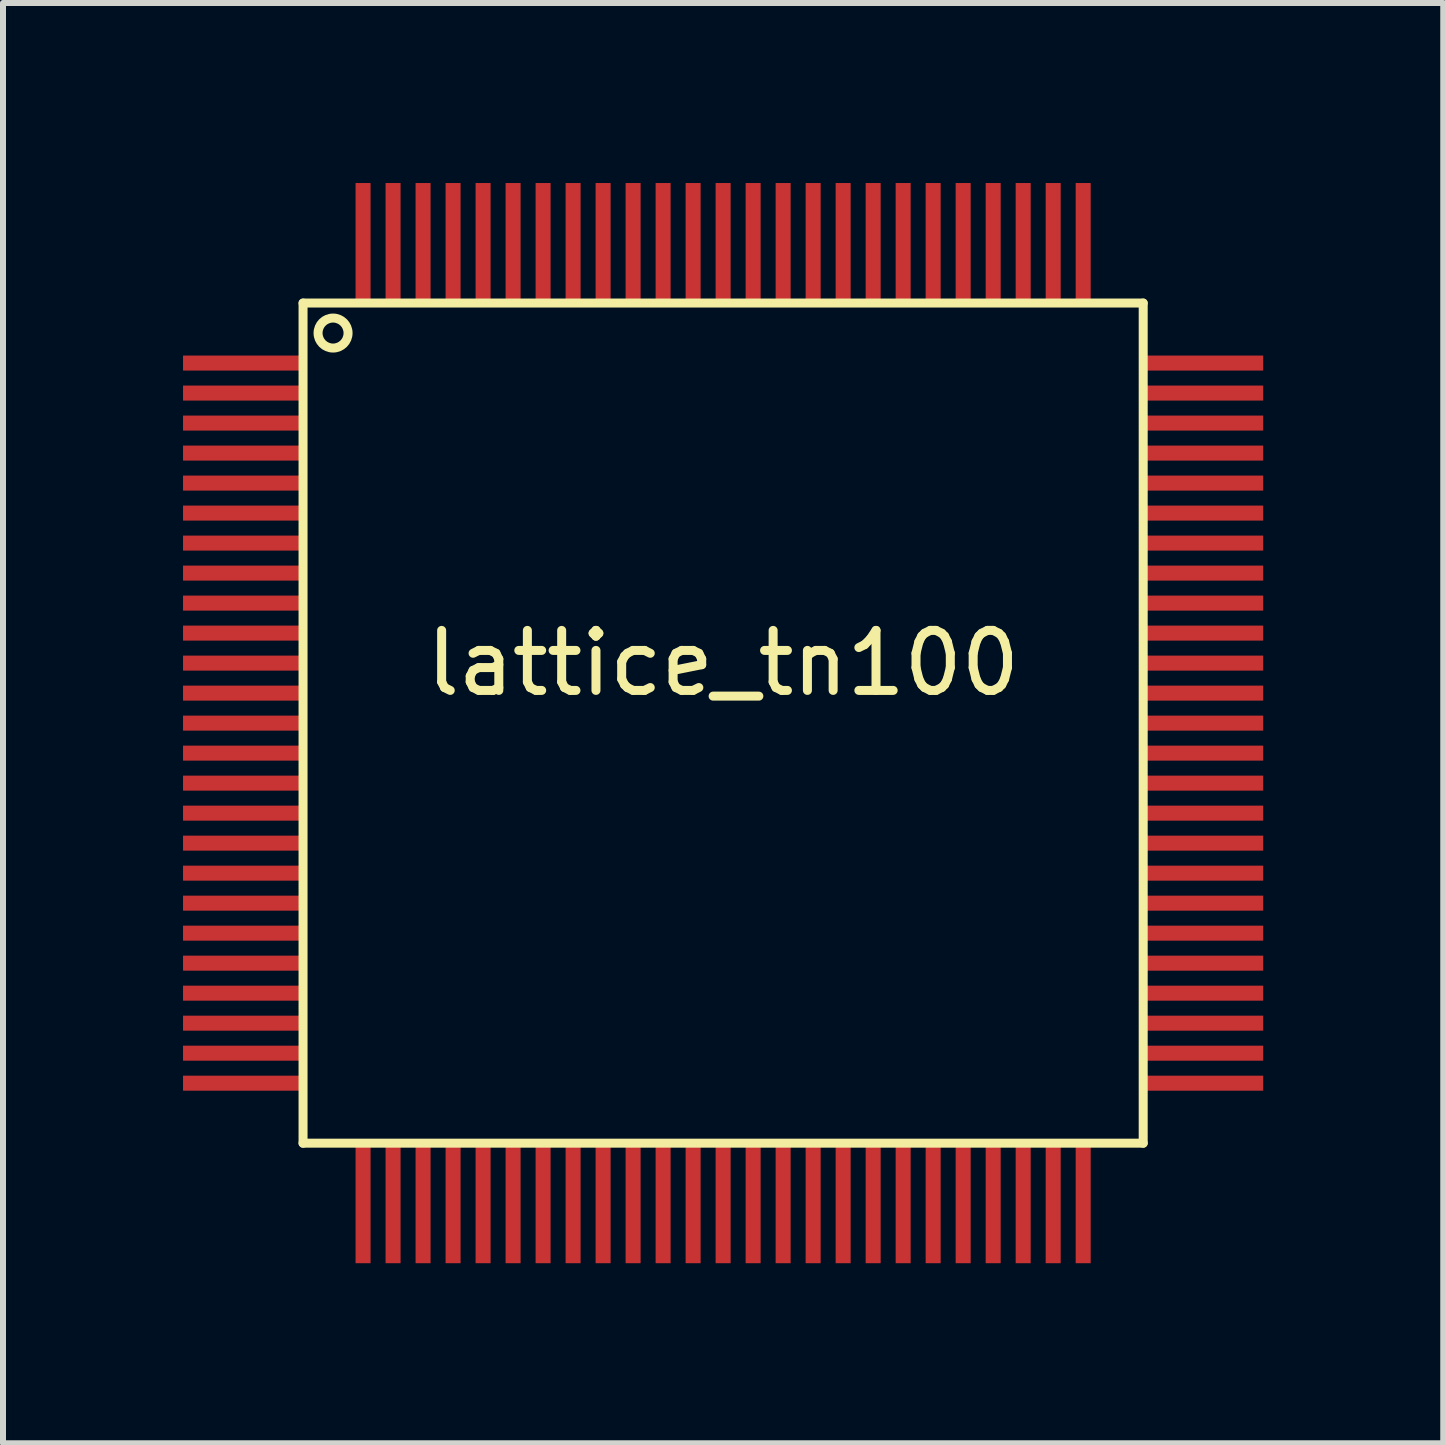
<source format=kicad_pcb>
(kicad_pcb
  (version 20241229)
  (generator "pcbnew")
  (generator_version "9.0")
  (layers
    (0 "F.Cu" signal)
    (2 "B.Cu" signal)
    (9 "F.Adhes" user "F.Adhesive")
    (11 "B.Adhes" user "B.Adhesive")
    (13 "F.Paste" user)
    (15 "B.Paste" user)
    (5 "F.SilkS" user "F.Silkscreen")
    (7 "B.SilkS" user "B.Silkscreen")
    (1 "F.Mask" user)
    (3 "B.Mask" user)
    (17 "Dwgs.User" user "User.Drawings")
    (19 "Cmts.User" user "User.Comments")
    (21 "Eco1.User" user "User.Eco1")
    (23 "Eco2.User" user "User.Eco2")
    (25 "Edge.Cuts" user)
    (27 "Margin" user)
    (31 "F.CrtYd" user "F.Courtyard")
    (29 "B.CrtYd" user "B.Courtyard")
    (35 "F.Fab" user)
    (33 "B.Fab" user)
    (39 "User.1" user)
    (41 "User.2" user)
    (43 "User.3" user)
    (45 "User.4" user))
  (footprint "lattice_tn100"
    (layer "F.Cu")
    (at 9 9)
    (property "Reference" "lattice_tn100" (at 0 -1 0) (layer "F.SilkS") (effects (font (size 1 1) (thickness 0.15))))
    (attr through_hole)
    (fp_line (start -7 -7) (end -7 7) (stroke (width 0.15) (type solid)) (layer "F.SilkS"))
    (fp_line (start -7 7) (end 7 7) (stroke (width 0.15) (type solid)) (layer "F.SilkS"))
    (fp_line (start 7 -7) (end -7 -7) (stroke (width 0.15) (type solid)) (layer "F.SilkS"))
    (fp_line (start 7 7) (end 7 -7) (stroke (width 0.15) (type solid)) (layer "F.SilkS"))
    (fp_circle (center -6.5 -6.5) (end -6.5 -6.25) (stroke (width 0.15) (type solid)) (fill no) (layer "F.SilkS"))
    (pad "1" smd rect (at -8 -6) (size 2 0.25) (layers "F.Cu" "F.Mask" "F.Paste"))
    (pad "2" smd rect (at -8 -5.5) (size 2 0.25) (layers "F.Cu" "F.Mask" "F.Paste"))
    (pad "3" smd rect (at -8 -5) (size 2 0.25) (layers "F.Cu" "F.Mask" "F.Paste"))
    (pad "4" smd rect (at -8 -4.5) (size 2 0.25) (layers "F.Cu" "F.Mask" "F.Paste"))
    (pad "5" smd rect (at -8 -4) (size 2 0.25) (layers "F.Cu" "F.Mask" "F.Paste"))
    (pad "6" smd rect (at -8 -3.5) (size 2 0.25) (layers "F.Cu" "F.Mask" "F.Paste"))
    (pad "7" smd rect (at -8 -3) (size 2 0.25) (layers "F.Cu" "F.Mask" "F.Paste"))
    (pad "8" smd rect (at -8 -2.5) (size 2 0.25) (layers "F.Cu" "F.Mask" "F.Paste"))
    (pad "9" smd rect (at -8 -2) (size 2 0.25) (layers "F.Cu" "F.Mask" "F.Paste"))
    (pad "10" smd rect (at -8 -1.5) (size 2 0.25) (layers "F.Cu" "F.Mask" "F.Paste"))
    (pad "11" smd rect (at -8 -1) (size 2 0.25) (layers "F.Cu" "F.Mask" "F.Paste"))
    (pad "12" smd rect (at -8 -0.5) (size 2 0.25) (layers "F.Cu" "F.Mask" "F.Paste"))
    (pad "13" smd rect (at -8 0) (size 2 0.25) (layers "F.Cu" "F.Mask" "F.Paste"))
    (pad "14" smd rect (at -8 0.5) (size 2 0.25) (layers "F.Cu" "F.Mask" "F.Paste"))
    (pad "15" smd rect (at -8 1) (size 2 0.25) (layers "F.Cu" "F.Mask" "F.Paste"))
    (pad "16" smd rect (at -8 1.5) (size 2 0.25) (layers "F.Cu" "F.Mask" "F.Paste"))
    (pad "17" smd rect (at -8 2) (size 2 0.25) (layers "F.Cu" "F.Mask" "F.Paste"))
    (pad "18" smd rect (at -8 2.5) (size 2 0.25) (layers "F.Cu" "F.Mask" "F.Paste"))
    (pad "19" smd rect (at -8 3) (size 2 0.25) (layers "F.Cu" "F.Mask" "F.Paste"))
    (pad "20" smd rect (at -8 3.5) (size 2 0.25) (layers "F.Cu" "F.Mask" "F.Paste"))
    (pad "21" smd rect (at -8 4) (size 2 0.25) (layers "F.Cu" "F.Mask" "F.Paste"))
    (pad "22" smd rect (at -8 4.5) (size 2 0.25) (layers "F.Cu" "F.Mask" "F.Paste"))
    (pad "23" smd rect (at -8 5) (size 2 0.25) (layers "F.Cu" "F.Mask" "F.Paste"))
    (pad "24" smd rect (at -8 5.5) (size 2 0.25) (layers "F.Cu" "F.Mask" "F.Paste"))
    (pad "25" smd rect (at -8 6) (size 2 0.25) (layers "F.Cu" "F.Mask" "F.Paste"))
    (pad "26" smd rect (at -6 8) (size 0.25 2) (layers "F.Cu" "F.Mask" "F.Paste"))
    (pad "27" smd rect (at -5.5 8) (size 0.25 2) (layers "F.Cu" "F.Mask" "F.Paste"))
    (pad "28" smd rect (at -5 8) (size 0.25 2) (layers "F.Cu" "F.Mask" "F.Paste"))
    (pad "29" smd rect (at -4.5 8) (size 0.25 2) (layers "F.Cu" "F.Mask" "F.Paste"))
    (pad "30" smd rect (at -4 8) (size 0.25 2) (layers "F.Cu" "F.Mask" "F.Paste"))
    (pad "31" smd rect (at -3.5 8) (size 0.25 2) (layers "F.Cu" "F.Mask" "F.Paste"))
    (pad "32" smd rect (at -3 8) (size 0.25 2) (layers "F.Cu" "F.Mask" "F.Paste"))
    (pad "33" smd rect (at -2.5 8) (size 0.25 2) (layers "F.Cu" "F.Mask" "F.Paste"))
    (pad "34" smd rect (at -2 8) (size 0.25 2) (layers "F.Cu" "F.Mask" "F.Paste"))
    (pad "35" smd rect (at -1.5 8) (size 0.25 2) (layers "F.Cu" "F.Mask" "F.Paste"))
    (pad "36" smd rect (at -1 8) (size 0.25 2) (layers "F.Cu" "F.Mask" "F.Paste"))
    (pad "37" smd rect (at -0.5 8) (size 0.25 2) (layers "F.Cu" "F.Mask" "F.Paste"))
    (pad "38" smd rect (at 0 8) (size 0.25 2) (layers "F.Cu" "F.Mask" "F.Paste"))
    (pad "39" smd rect (at 0.5 8) (size 0.25 2) (layers "F.Cu" "F.Mask" "F.Paste"))
    (pad "40" smd rect (at 1 8) (size 0.25 2) (layers "F.Cu" "F.Mask" "F.Paste"))
    (pad "41" smd rect (at 1.5 8) (size 0.25 2) (layers "F.Cu" "F.Mask" "F.Paste"))
    (pad "42" smd rect (at 2 8) (size 0.25 2) (layers "F.Cu" "F.Mask" "F.Paste"))
    (pad "43" smd rect (at 2.5 8) (size 0.25 2) (layers "F.Cu" "F.Mask" "F.Paste"))
    (pad "44" smd rect (at 3 8) (size 0.25 2) (layers "F.Cu" "F.Mask" "F.Paste"))
    (pad "45" smd rect (at 3.5 8) (size 0.25 2) (layers "F.Cu" "F.Mask" "F.Paste"))
    (pad "46" smd rect (at 4 8) (size 0.25 2) (layers "F.Cu" "F.Mask" "F.Paste"))
    (pad "47" smd rect (at 4.5 8) (size 0.25 2) (layers "F.Cu" "F.Mask" "F.Paste"))
    (pad "48" smd rect (at 5 8) (size 0.25 2) (layers "F.Cu" "F.Mask" "F.Paste"))
    (pad "49" smd rect (at 5.5 8) (size 0.25 2) (layers "F.Cu" "F.Mask" "F.Paste"))
    (pad "50" smd rect (at 6 8) (size 0.25 2) (layers "F.Cu" "F.Mask" "F.Paste"))
    (pad "51" smd rect (at 8 6) (size 2 0.25) (layers "F.Cu" "F.Mask" "F.Paste"))
    (pad "52" smd rect (at 8 5.5) (size 2 0.25) (layers "F.Cu" "F.Mask" "F.Paste"))
    (pad "53" smd rect (at 8 5) (size 2 0.25) (layers "F.Cu" "F.Mask" "F.Paste"))
    (pad "54" smd rect (at 8 4.5) (size 2 0.25) (layers "F.Cu" "F.Mask" "F.Paste"))
    (pad "55" smd rect (at 8 4) (size 2 0.25) (layers "F.Cu" "F.Mask" "F.Paste"))
    (pad "56" smd rect (at 8 3.5) (size 2 0.25) (layers "F.Cu" "F.Mask" "F.Paste"))
    (pad "57" smd rect (at 8 3) (size 2 0.25) (layers "F.Cu" "F.Mask" "F.Paste"))
    (pad "58" smd rect (at 8 2.5) (size 2 0.25) (layers "F.Cu" "F.Mask" "F.Paste"))
    (pad "59" smd rect (at 8 2) (size 2 0.25) (layers "F.Cu" "F.Mask" "F.Paste"))
    (pad "60" smd rect (at 8 1.5) (size 2 0.25) (layers "F.Cu" "F.Mask" "F.Paste"))
    (pad "61" smd rect (at 8 1) (size 2 0.25) (layers "F.Cu" "F.Mask" "F.Paste"))
    (pad "62" smd rect (at 8 0.5) (size 2 0.25) (layers "F.Cu" "F.Mask" "F.Paste"))
    (pad "63" smd rect (at 8 0) (size 2 0.25) (layers "F.Cu" "F.Mask" "F.Paste"))
    (pad "64" smd rect (at 8 -0.5) (size 2 0.25) (layers "F.Cu" "F.Mask" "F.Paste"))
    (pad "65" smd rect (at 8 -1) (size 2 0.25) (layers "F.Cu" "F.Mask" "F.Paste"))
    (pad "66" smd rect (at 8 -1.5) (size 2 0.25) (layers "F.Cu" "F.Mask" "F.Paste"))
    (pad "67" smd rect (at 8 -2) (size 2 0.25) (layers "F.Cu" "F.Mask" "F.Paste"))
    (pad "68" smd rect (at 8 -2.5) (size 2 0.25) (layers "F.Cu" "F.Mask" "F.Paste"))
    (pad "69" smd rect (at 8 -3) (size 2 0.25) (layers "F.Cu" "F.Mask" "F.Paste"))
    (pad "70" smd rect (at 8 -3.5) (size 2 0.25) (layers "F.Cu" "F.Mask" "F.Paste"))
    (pad "71" smd rect (at 8 -4) (size 2 0.25) (layers "F.Cu" "F.Mask" "F.Paste"))
    (pad "72" smd rect (at 8 -4.5) (size 2 0.25) (layers "F.Cu" "F.Mask" "F.Paste"))
    (pad "73" smd rect (at 8 -5) (size 2 0.25) (layers "F.Cu" "F.Mask" "F.Paste"))
    (pad "74" smd rect (at 8 -5.5) (size 2 0.25) (layers "F.Cu" "F.Mask" "F.Paste"))
    (pad "75" smd rect (at 8 -6) (size 2 0.25) (layers "F.Cu" "F.Mask" "F.Paste"))
    (pad "76" smd rect (at 6 -8) (size 0.25 2) (layers "F.Cu" "F.Mask" "F.Paste"))
    (pad "77" smd rect (at 5.5 -8) (size 0.25 2) (layers "F.Cu" "F.Mask" "F.Paste"))
    (pad "78" smd rect (at 5 -8) (size 0.25 2) (layers "F.Cu" "F.Mask" "F.Paste"))
    (pad "79" smd rect (at 4.5 -8) (size 0.25 2) (layers "F.Cu" "F.Mask" "F.Paste"))
    (pad "80" smd rect (at 4 -8) (size 0.25 2) (layers "F.Cu" "F.Mask" "F.Paste"))
    (pad "81" smd rect (at 3.5 -8) (size 0.25 2) (layers "F.Cu" "F.Mask" "F.Paste"))
    (pad "82" smd rect (at 3 -8) (size 0.25 2) (layers "F.Cu" "F.Mask" "F.Paste"))
    (pad "83" smd rect (at 2.5 -8) (size 0.25 2) (layers "F.Cu" "F.Mask" "F.Paste"))
    (pad "84" smd rect (at 2 -8) (size 0.25 2) (layers "F.Cu" "F.Mask" "F.Paste"))
    (pad "85" smd rect (at 1.5 -8) (size 0.25 2) (layers "F.Cu" "F.Mask" "F.Paste"))
    (pad "86" smd rect (at 1 -8) (size 0.25 2) (layers "F.Cu" "F.Mask" "F.Paste"))
    (pad "87" smd rect (at 0.5 -8) (size 0.25 2) (layers "F.Cu" "F.Mask" "F.Paste"))
    (pad "88" smd rect (at 0 -8) (size 0.25 2) (layers "F.Cu" "F.Mask" "F.Paste"))
    (pad "89" smd rect (at -0.5 -8) (size 0.25 2) (layers "F.Cu" "F.Mask" "F.Paste"))
    (pad "90" smd rect (at -1 -8) (size 0.25 2) (layers "F.Cu" "F.Mask" "F.Paste"))
    (pad "91" smd rect (at -1.5 -8) (size 0.25 2) (layers "F.Cu" "F.Mask" "F.Paste"))
    (pad "92" smd rect (at -2 -8) (size 0.25 2) (layers "F.Cu" "F.Mask" "F.Paste"))
    (pad "93" smd rect (at -2.5 -8) (size 0.25 2) (layers "F.Cu" "F.Mask" "F.Paste"))
    (pad "94" smd rect (at -3 -8) (size 0.25 2) (layers "F.Cu" "F.Mask" "F.Paste"))
    (pad "95" smd rect (at -3.5 -8) (size 0.25 2) (layers "F.Cu" "F.Mask" "F.Paste"))
    (pad "96" smd rect (at -4 -8) (size 0.25 2) (layers "F.Cu" "F.Mask" "F.Paste"))
    (pad "97" smd rect (at -4.5 -8) (size 0.25 2) (layers "F.Cu" "F.Mask" "F.Paste"))
    (pad "98" smd rect (at -5 -8) (size 0.25 2) (layers "F.Cu" "F.Mask" "F.Paste"))
    (pad "99" smd rect (at -5.5 -8) (size 0.25 2) (layers "F.Cu" "F.Mask" "F.Paste"))
    (pad "100" smd rect (at -6 -8) (size 0.25 2) (layers "F.Cu" "F.Mask" "F.Paste")))
  (gr_rect
    (start -3 -3)
    (end 21 21)
    (stroke (width 0.1) (type default))
    (fill no)
    (layer "Edge.Cuts")))
</source>
